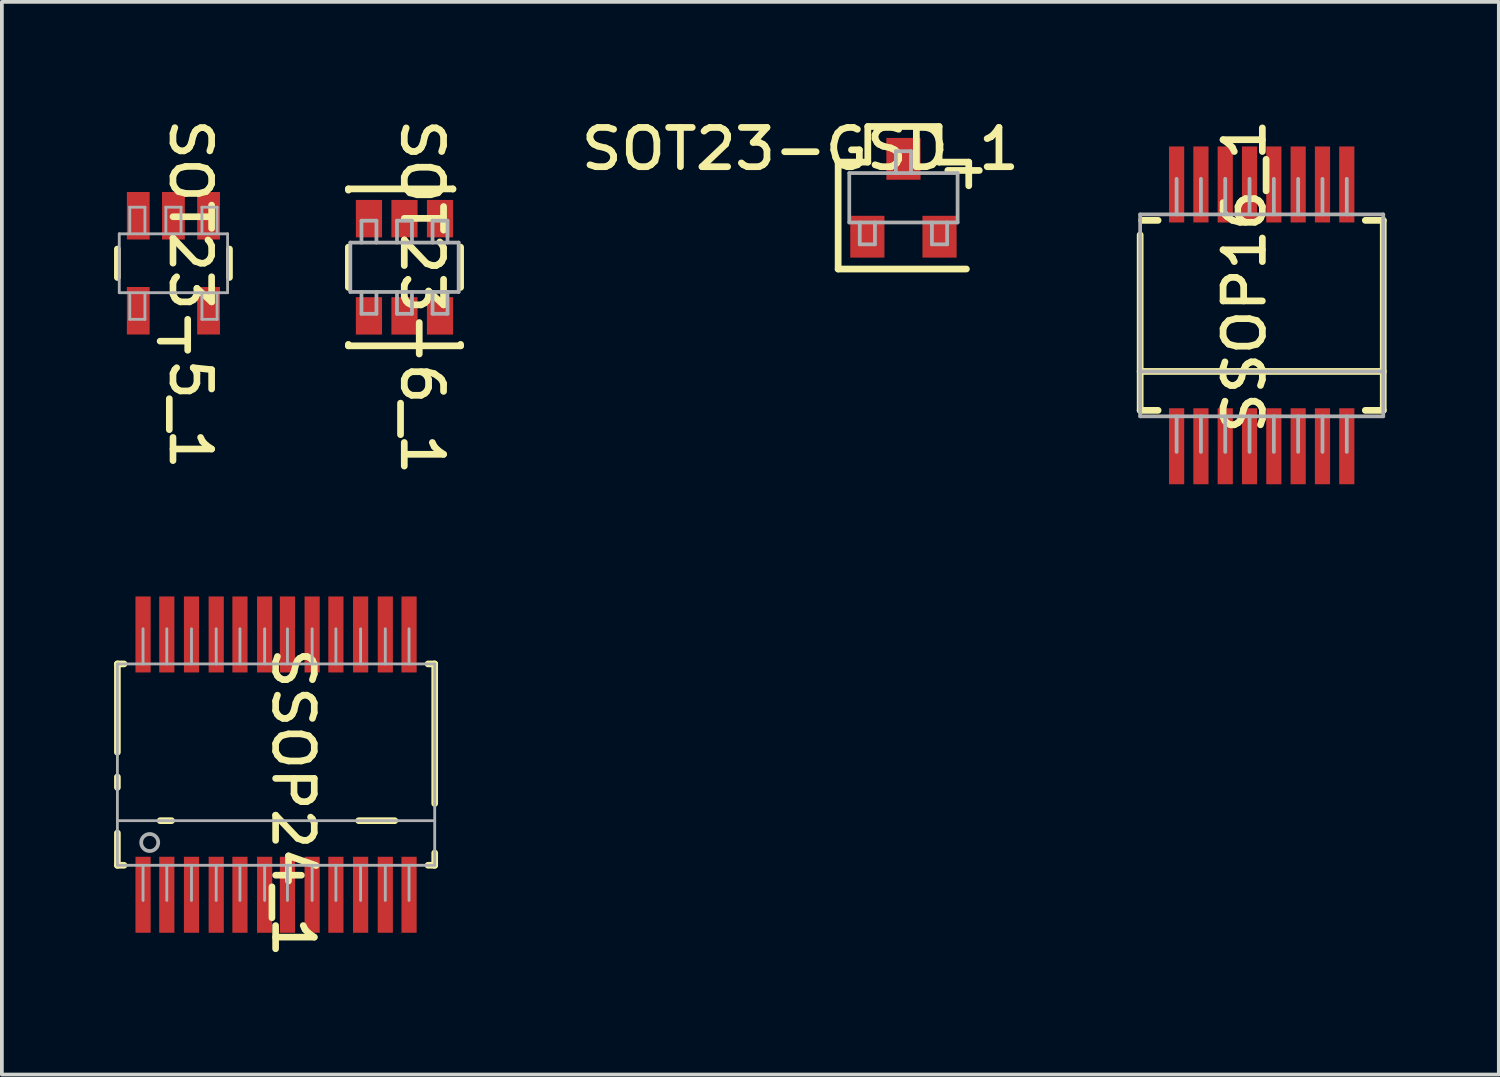
<source format=kicad_pcb>
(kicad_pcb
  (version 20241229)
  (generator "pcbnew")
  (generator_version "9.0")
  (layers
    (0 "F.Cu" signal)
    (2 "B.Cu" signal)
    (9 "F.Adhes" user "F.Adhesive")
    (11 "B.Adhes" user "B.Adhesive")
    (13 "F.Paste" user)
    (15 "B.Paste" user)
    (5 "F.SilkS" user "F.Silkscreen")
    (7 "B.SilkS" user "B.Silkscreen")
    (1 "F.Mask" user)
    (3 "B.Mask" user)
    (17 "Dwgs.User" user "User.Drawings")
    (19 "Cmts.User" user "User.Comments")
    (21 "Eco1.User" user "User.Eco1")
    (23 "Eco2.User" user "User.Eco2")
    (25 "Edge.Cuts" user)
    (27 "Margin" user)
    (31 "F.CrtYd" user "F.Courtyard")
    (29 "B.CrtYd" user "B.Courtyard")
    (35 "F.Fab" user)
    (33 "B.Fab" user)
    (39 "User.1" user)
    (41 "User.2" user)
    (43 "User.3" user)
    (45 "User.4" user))
  (footprint "SOT23-6_1"
    (layer "F.Cu")
    (at 7.765 4.096)
    (property "Reference" "SOT23-6_1" (at 0.471 0.795 270) (unlocked yes) (layer "F.SilkS") (effects (font (size 1.05 1.104) (thickness 0.18))))
    (attr smd)
    (fp_line (start -1.5 -2.096) (end 1.291 -2.096) (stroke (width 0.18) (type solid)) (layer "F.SilkS"))
    (fp_line (start -1.5 -2.062) (end -1.5 -2.096) (stroke (width 0.18) (type solid)) (layer "F.SilkS"))
    (fp_line (start -1.5 0.538) (end -1.5 -0.538) (stroke (width 0.18) (type solid)) (layer "F.SilkS"))
    (fp_line (start -1.5 2.1) (end -1.5 2.062) (stroke (width 0.18) (type solid)) (layer "F.SilkS"))
    (fp_line (start -1.5 2.1) (end 1.5 2.1) (stroke (width 0.18) (type solid)) (layer "F.SilkS"))
    (fp_line (start 1.291 -2.096) (end 1.298 -2.09) (stroke (width 0.18) (type solid)) (layer "F.SilkS"))
    (fp_line (start 1.5 0.538) (end 1.5 -0.538) (stroke (width 0.18) (type solid)) (layer "F.SilkS"))
    (fp_line (start 1.5 2.1) (end 1.5 2.062) (stroke (width 0.18) (type solid)) (layer "F.SilkS"))
    (fp_line (start -1.448 -0.66) (end 1.448 -0.66) (stroke (width 0.1) (type solid)) (layer "F.Fab"))
    (fp_line (start -1.448 0.66) (end -1.448 -0.66) (stroke (width 0.1) (type solid)) (layer "F.Fab"))
    (fp_line (start -1.448 0.66) (end 1.448 0.66) (stroke (width 0.1) (type solid)) (layer "F.Fab"))
    (fp_line (start -1.15 -1.245) (end -0.75 -1.245) (stroke (width 0.1) (type solid)) (layer "F.Fab"))
    (fp_line (start -1.15 -0.66) (end -1.15 -1.245) (stroke (width 0.1) (type solid)) (layer "F.Fab"))
    (fp_line (start -1.15 1.245) (end -1.15 0.66) (stroke (width 0.1) (type solid)) (layer "F.Fab"))
    (fp_line (start -1.15 1.245) (end -0.75 1.245) (stroke (width 0.1) (type solid)) (layer "F.Fab"))
    (fp_line (start -0.75 -0.66) (end -0.75 -1.245) (stroke (width 0.1) (type solid)) (layer "F.Fab"))
    (fp_line (start -0.75 1.245) (end -0.75 0.66) (stroke (width 0.1) (type solid)) (layer "F.Fab"))
    (fp_line (start -0.2 -1.245) (end 0.2 -1.245) (stroke (width 0.1) (type solid)) (layer "F.Fab"))
    (fp_line (start -0.2 -0.66) (end -0.2 -1.245) (stroke (width 0.1) (type solid)) (layer "F.Fab"))
    (fp_line (start -0.2 1.245) (end -0.2 0.66) (stroke (width 0.1) (type solid)) (layer "F.Fab"))
    (fp_line (start -0.2 1.245) (end 0.2 1.245) (stroke (width 0.1) (type solid)) (layer "F.Fab"))
    (fp_line (start 0.2 -0.66) (end 0.2 -1.245) (stroke (width 0.1) (type solid)) (layer "F.Fab"))
    (fp_line (start 0.2 1.245) (end 0.2 0.66) (stroke (width 0.1) (type solid)) (layer "F.Fab"))
    (fp_line (start 0.75 -1.245) (end 1.15 -1.245) (stroke (width 0.1) (type solid)) (layer "F.Fab"))
    (fp_line (start 0.75 -0.66) (end 0.75 -1.245) (stroke (width 0.1) (type solid)) (layer "F.Fab"))
    (fp_line (start 0.75 1.245) (end 0.75 0.66) (stroke (width 0.1) (type solid)) (layer "F.Fab"))
    (fp_line (start 0.75 1.245) (end 1.15 1.245) (stroke (width 0.1) (type solid)) (layer "F.Fab"))
    (fp_line (start 1.15 -0.66) (end 1.15 -1.245) (stroke (width 0.1) (type solid)) (layer "F.Fab"))
    (fp_line (start 1.15 1.245) (end 1.15 0.66) (stroke (width 0.1) (type solid)) (layer "F.Fab"))
    (fp_line (start 1.448 0.66) (end 1.448 -0.66) (stroke (width 0.1) (type solid)) (layer "F.Fab"))
    (fp_circle (center 0.953 -0.318) (end 1.202 -0.318) (stroke (width 0.00003) (type solid)) (fill no) (layer "F.Fab"))
    (pad "1" smd rect (at 0.95 -1.3) (size 0.7 1) (layers "F.Cu" "F.Mask" "F.Paste"))
    (pad "2" smd rect (at 0 -1.3) (size 0.7 1) (layers "F.Cu" "F.Mask" "F.Paste"))
    (pad "3" smd rect (at -0.95 -1.3) (size 0.7 1) (layers "F.Cu" "F.Mask" "F.Paste"))
    (pad "4" smd rect (at -0.95 1.3) (size 0.7 1) (layers "F.Cu" "F.Mask" "F.Paste"))
    (pad "5" smd rect (at 0 1.3) (size 0.7 1) (layers "F.Cu" "F.Mask" "F.Paste"))
    (pad "6" smd rect (at 0.95 1.3) (size 0.7 1) (layers "F.Cu" "F.Mask" "F.Paste")))
  (footprint "SSOP16_1"
    (layer "F.Cu")
    (at 30.685 5.382)
    (property "Reference" "SSOP16_1" (at -0.459 -1.043 90) (unlocked yes) (layer "F.SilkS") (effects (font (size 1.05 1.104) (thickness 0.18))))
    (attr smd)
    (fp_line (start -3.25 1.5) (end 3.25 1.5) (stroke (width 0.18) (type solid)) (layer "F.SilkS"))
    (fp_line (start -3.25 2.54) (end -3.25 -2.152) (stroke (width 0.18) (type solid)) (layer "F.SilkS"))
    (fp_line (start -3.25 2.54) (end -2.77 2.54) (stroke (width 0.18) (type solid)) (layer "F.SilkS"))
    (fp_line (start -3.212 -2.54) (end -2.77 -2.54) (stroke (width 0.18) (type solid)) (layer "F.SilkS"))
    (fp_line (start 2.77 -2.54) (end 3.25 -2.54) (stroke (width 0.18) (type solid)) (layer "F.SilkS"))
    (fp_line (start 2.77 2.54) (end 3.25 2.54) (stroke (width 0.18) (type solid)) (layer "F.SilkS"))
    (fp_line (start 3.25 2.54) (end 3.25 -2.54) (stroke (width 0.18) (type solid)) (layer "F.SilkS"))
    (fp_line (start -3.25 -2.699) (end 3.25 -2.699) (stroke (width 0.1) (type solid)) (layer "F.Fab"))
    (fp_line (start -3.25 1.5) (end 3.25 1.5) (stroke (width 0.1) (type solid)) (layer "F.Fab"))
    (fp_line (start -3.25 2.699) (end -3.25 -2.699) (stroke (width 0.1) (type solid)) (layer "F.Fab"))
    (fp_line (start -3.25 2.699) (end 3.25 2.699) (stroke (width 0.1) (type solid)) (layer "F.Fab"))
    (fp_line (start -2.275 -2.699) (end -2.275 -3.651) (stroke (width 0.1) (type solid)) (layer "F.Fab"))
    (fp_line (start -2.275 3.651) (end -2.275 2.699) (stroke (width 0.1) (type solid)) (layer "F.Fab"))
    (fp_line (start -1.625 -2.699) (end -1.625 -3.651) (stroke (width 0.1) (type solid)) (layer "F.Fab"))
    (fp_line (start -1.625 3.651) (end -1.625 2.699) (stroke (width 0.1) (type solid)) (layer "F.Fab"))
    (fp_line (start -0.975 -2.699) (end -0.975 -3.651) (stroke (width 0.1) (type solid)) (layer "F.Fab"))
    (fp_line (start -0.975 3.651) (end -0.975 2.699) (stroke (width 0.1) (type solid)) (layer "F.Fab"))
    (fp_line (start -0.325 -2.699) (end -0.325 -3.651) (stroke (width 0.1) (type solid)) (layer "F.Fab"))
    (fp_line (start -0.325 3.651) (end -0.325 2.699) (stroke (width 0.1) (type solid)) (layer "F.Fab"))
    (fp_line (start 0.325 -2.699) (end 0.325 -3.651) (stroke (width 0.1) (type solid)) (layer "F.Fab"))
    (fp_line (start 0.325 3.651) (end 0.325 2.699) (stroke (width 0.1) (type solid)) (layer "F.Fab"))
    (fp_line (start 0.975 -2.699) (end 0.975 -3.651) (stroke (width 0.1) (type solid)) (layer "F.Fab"))
    (fp_line (start 0.975 3.651) (end 0.975 2.699) (stroke (width 0.1) (type solid)) (layer "F.Fab"))
    (fp_line (start 1.625 -2.699) (end 1.625 -3.651) (stroke (width 0.1) (type solid)) (layer "F.Fab"))
    (fp_line (start 1.625 3.651) (end 1.625 2.699) (stroke (width 0.1) (type solid)) (layer "F.Fab"))
    (fp_line (start 2.275 -2.699) (end 2.275 -3.651) (stroke (width 0.1) (type solid)) (layer "F.Fab"))
    (fp_line (start 2.275 3.651) (end 2.275 2.699) (stroke (width 0.1) (type solid)) (layer "F.Fab"))
    (fp_line (start 3.25 2.699) (end 3.25 -2.699) (stroke (width 0.1) (type solid)) (layer "F.Fab"))
    (fp_circle (center -2.15 2.1) (end -1.9 2.1) (stroke (width 0.00003) (type solid)) (fill no) (layer "F.Fab"))
    (pad "1" smd rect (at -2.275 3.5) (size 0.406 2.032) (layers "F.Cu" "F.Mask" "F.Paste"))
    (pad "2" smd rect (at -1.625 3.5) (size 0.406 2.032) (layers "F.Cu" "F.Mask" "F.Paste"))
    (pad "3" smd rect (at -0.975 3.5) (size 0.406 2.032) (layers "F.Cu" "F.Mask" "F.Paste"))
    (pad "4" smd rect (at -0.325 3.5) (size 0.406 2.032) (layers "F.Cu" "F.Mask" "F.Paste"))
    (pad "5" smd rect (at 0.325 3.5) (size 0.406 2.032) (layers "F.Cu" "F.Mask" "F.Paste"))
    (pad "6" smd rect (at 0.975 3.5) (size 0.406 2.032) (layers "F.Cu" "F.Mask" "F.Paste"))
    (pad "7" smd rect (at 1.625 3.5) (size 0.406 2.032) (layers "F.Cu" "F.Mask" "F.Paste"))
    (pad "8" smd rect (at 2.275 3.5) (size 0.406 2.032) (layers "F.Cu" "F.Mask" "F.Paste"))
    (pad "9" smd rect (at 2.275 -3.5) (size 0.406 2.032) (layers "F.Cu" "F.Mask" "F.Paste"))
    (pad "10" smd rect (at 1.625 -3.5) (size 0.406 2.032) (layers "F.Cu" "F.Mask" "F.Paste"))
    (pad "11" smd rect (at 0.975 -3.5) (size 0.406 2.032) (layers "F.Cu" "F.Mask" "F.Paste"))
    (pad "12" smd rect (at 0.325 -3.5) (size 0.406 2.032) (layers "F.Cu" "F.Mask" "F.Paste"))
    (pad "13" smd rect (at -0.325 -3.5) (size 0.406 2.032) (layers "F.Cu" "F.Mask" "F.Paste"))
    (pad "14" smd rect (at -0.975 -3.5) (size 0.406 2.032) (layers "F.Cu" "F.Mask" "F.Paste"))
    (pad "15" smd rect (at -1.625 -3.5) (size 0.406 2.032) (layers "F.Cu" "F.Mask" "F.Paste"))
    (pad "16" smd rect (at -2.275 -3.5) (size 0.406 2.032) (layers "F.Cu" "F.Mask" "F.Paste")))
  (footprint "SSOP24_1"
    (layer "F.Cu")
    (at 4.331 17.394)
    (property "Reference" "SSOP24_1" (at 0.457 1.016 270) (unlocked yes) (layer "F.SilkS") (effects (font (size 1.033 1.087) (thickness 0.178))))
    (attr smd)
    (fp_line (start -4.242 -2.692) (end -4.064 -2.692) (stroke (width 0.178) (type solid)) (layer "F.SilkS"))
    (fp_line (start -4.242 -0.33) (end -4.242 -2.692) (stroke (width 0.178) (type solid)) (layer "F.SilkS"))
    (fp_line (start -4.242 0.61) (end -4.242 0.33) (stroke (width 0.178) (type solid)) (layer "F.SilkS"))
    (fp_line (start -4.242 2.692) (end -4.242 1.829) (stroke (width 0.178) (type solid)) (layer "F.SilkS"))
    (fp_line (start -4.242 2.692) (end -4.064 2.692) (stroke (width 0.178) (type solid)) (layer "F.SilkS"))
    (fp_line (start -3.099 1.499) (end -2.794 1.499) (stroke (width 0.178) (type solid)) (layer "F.SilkS"))
    (fp_line (start 2.21 1.499) (end 3.175 1.499) (stroke (width 0.178) (type solid)) (layer "F.SilkS"))
    (fp_line (start 4.064 -2.692) (end 4.242 -2.692) (stroke (width 0.178) (type solid)) (layer "F.SilkS"))
    (fp_line (start 4.064 2.692) (end 4.242 2.692) (stroke (width 0.178) (type solid)) (layer "F.SilkS"))
    (fp_line (start 4.242 1.041) (end 4.242 -2.692) (stroke (width 0.178) (type solid)) (layer "F.SilkS"))
    (fp_line (start 4.242 2.692) (end 4.242 2.362) (stroke (width 0.178) (type solid)) (layer "F.SilkS"))
    (fp_line (start -4.242 -2.692) (end 4.242 -2.692) (stroke (width 0.076) (type solid)) (layer "F.Fab"))
    (fp_line (start -4.242 1.499) (end 4.242 1.499) (stroke (width 0.076) (type solid)) (layer "F.Fab"))
    (fp_line (start -4.242 2.692) (end -4.242 -2.692) (stroke (width 0.076) (type solid)) (layer "F.Fab"))
    (fp_line (start -4.242 2.692) (end 4.242 2.692) (stroke (width 0.076) (type solid)) (layer "F.Fab"))
    (fp_line (start -3.556 -2.692) (end -3.556 -3.632) (stroke (width 0.076) (type solid)) (layer "F.Fab"))
    (fp_line (start -3.556 3.632) (end -3.556 2.692) (stroke (width 0.076) (type solid)) (layer "F.Fab"))
    (fp_line (start -2.921 -2.692) (end -2.921 -3.632) (stroke (width 0.076) (type solid)) (layer "F.Fab"))
    (fp_line (start -2.921 3.632) (end -2.921 2.692) (stroke (width 0.076) (type solid)) (layer "F.Fab"))
    (fp_line (start -2.261 -2.692) (end -2.261 -3.632) (stroke (width 0.076) (type solid)) (layer "F.Fab"))
    (fp_line (start -2.261 3.632) (end -2.261 2.692) (stroke (width 0.076) (type solid)) (layer "F.Fab"))
    (fp_line (start -1.6 -2.692) (end -1.6 -3.632) (stroke (width 0.076) (type solid)) (layer "F.Fab"))
    (fp_line (start -1.6 3.632) (end -1.6 2.692) (stroke (width 0.076) (type solid)) (layer "F.Fab"))
    (fp_line (start -0.965 -2.692) (end -0.965 -3.632) (stroke (width 0.076) (type solid)) (layer "F.Fab"))
    (fp_line (start -0.965 3.632) (end -0.965 2.692) (stroke (width 0.076) (type solid)) (layer "F.Fab"))
    (fp_line (start -0.305 -2.692) (end -0.305 -3.632) (stroke (width 0.076) (type solid)) (layer "F.Fab"))
    (fp_line (start -0.305 3.632) (end -0.305 2.692) (stroke (width 0.076) (type solid)) (layer "F.Fab"))
    (fp_line (start 0.305 -2.692) (end 0.305 -3.632) (stroke (width 0.076) (type solid)) (layer "F.Fab"))
    (fp_line (start 0.305 3.632) (end 0.305 2.692) (stroke (width 0.076) (type solid)) (layer "F.Fab"))
    (fp_line (start 0.965 -2.692) (end 0.965 -3.632) (stroke (width 0.076) (type solid)) (layer "F.Fab"))
    (fp_line (start 0.965 3.632) (end 0.965 2.692) (stroke (width 0.076) (type solid)) (layer "F.Fab"))
    (fp_line (start 1.6 -2.692) (end 1.6 -3.632) (stroke (width 0.076) (type solid)) (layer "F.Fab"))
    (fp_line (start 1.6 3.632) (end 1.6 2.692) (stroke (width 0.076) (type solid)) (layer "F.Fab"))
    (fp_line (start 2.261 -2.692) (end 2.261 -3.632) (stroke (width 0.076) (type solid)) (layer "F.Fab"))
    (fp_line (start 2.261 3.632) (end 2.261 2.692) (stroke (width 0.076) (type solid)) (layer "F.Fab"))
    (fp_line (start 2.921 -2.692) (end 2.921 -3.632) (stroke (width 0.076) (type solid)) (layer "F.Fab"))
    (fp_line (start 2.921 3.632) (end 2.921 2.692) (stroke (width 0.076) (type solid)) (layer "F.Fab"))
    (fp_line (start 3.556 -2.692) (end 3.556 -3.632) (stroke (width 0.076) (type solid)) (layer "F.Fab"))
    (fp_line (start 3.556 3.632) (end 3.556 2.692) (stroke (width 0.076) (type solid)) (layer "F.Fab"))
    (fp_line (start 4.242 2.692) (end 4.242 -2.692) (stroke (width 0.076) (type solid)) (layer "F.Fab"))
    (fp_circle (center -3.378 2.083) (end -3.15 2.083) (stroke (width 0.1) (type solid)) (fill no) (layer "F.Fab"))
    (pad "1" smd rect (at -3.556 3.48) (size 0.406 2.032) (layers "F.Cu" "F.Mask" "F.Paste"))
    (pad "2" smd rect (at -2.921 3.48) (size 0.406 2.032) (layers "F.Cu" "F.Mask" "F.Paste"))
    (pad "3" smd rect (at -2.261 3.48) (size 0.406 2.032) (layers "F.Cu" "F.Mask" "F.Paste"))
    (pad "4" smd rect (at -1.6 3.48) (size 0.406 2.032) (layers "F.Cu" "F.Mask" "F.Paste"))
    (pad "5" smd rect (at -0.965 3.48) (size 0.406 2.032) (layers "F.Cu" "F.Mask" "F.Paste"))
    (pad "6" smd rect (at -0.305 3.48) (size 0.406 2.032) (layers "F.Cu" "F.Mask" "F.Paste"))
    (pad "7" smd rect (at 0.305 3.48) (size 0.406 2.032) (layers "F.Cu" "F.Mask" "F.Paste"))
    (pad "8" smd rect (at 0.965 3.48) (size 0.406 2.032) (layers "F.Cu" "F.Mask" "F.Paste"))
    (pad "9" smd rect (at 1.6 3.48) (size 0.406 2.032) (layers "F.Cu" "F.Mask" "F.Paste"))
    (pad "10" smd rect (at 2.261 3.48) (size 0.406 2.032) (layers "F.Cu" "F.Mask" "F.Paste"))
    (pad "11" smd rect (at 2.921 3.48) (size 0.406 2.032) (layers "F.Cu" "F.Mask" "F.Paste"))
    (pad "12" smd rect (at 3.556 3.48) (size 0.406 2.032) (layers "F.Cu" "F.Mask" "F.Paste"))
    (pad "13" smd rect (at 3.556 -3.48) (size 0.406 2.032) (layers "F.Cu" "F.Mask" "F.Paste"))
    (pad "14" smd rect (at 2.921 -3.48) (size 0.406 2.032) (layers "F.Cu" "F.Mask" "F.Paste"))
    (pad "15" smd rect (at 2.261 -3.48) (size 0.406 2.032) (layers "F.Cu" "F.Mask" "F.Paste"))
    (pad "16" smd rect (at 1.6 -3.48) (size 0.406 2.032) (layers "F.Cu" "F.Mask" "F.Paste"))
    (pad "17" smd rect (at 0.965 -3.48) (size 0.406 2.032) (layers "F.Cu" "F.Mask" "F.Paste"))
    (pad "18" smd rect (at 0.305 -3.48) (size 0.406 2.032) (layers "F.Cu" "F.Mask" "F.Paste"))
    (pad "19" smd rect (at -0.305 -3.48) (size 0.406 2.032) (layers "F.Cu" "F.Mask" "F.Paste"))
    (pad "20" smd rect (at -0.965 -3.48) (size 0.406 2.032) (layers "F.Cu" "F.Mask" "F.Paste"))
    (pad "21" smd rect (at -1.6 -3.48) (size 0.406 2.032) (layers "F.Cu" "F.Mask" "F.Paste"))
    (pad "22" smd rect (at -2.261 -3.48) (size 0.406 2.032) (layers "F.Cu" "F.Mask" "F.Paste"))
    (pad "23" smd rect (at -2.921 -3.48) (size 0.406 2.032) (layers "F.Cu" "F.Mask" "F.Paste"))
    (pad "24" smd rect (at -3.556 -3.48) (size 0.406 2.032) (layers "F.Cu" "F.Mask" "F.Paste")))
  (footprint "SOT23-GSD_1"
    (layer "F.Cu")
    (at 21.106 2.238)
    (property "Reference" "SOT23-GSD_1" (at -2.756 -1.308 0) (unlocked yes) (layer "F.SilkS") (effects (font (size 1.05 1.104) (thickness 0.18))))
    (attr smd)
    (fp_line (start -1.746 -0.953) (end -0.953 -0.953) (stroke (width 0.18) (type solid)) (layer "F.SilkS"))
    (fp_line (start -1.746 1.905) (end -1.746 -0.953) (stroke (width 0.18) (type solid)) (layer "F.SilkS"))
    (fp_line (start -1.746 1.905) (end 1.683 1.905) (stroke (width 0.18) (type solid)) (layer "F.SilkS"))
    (fp_line (start -0.953 -1.905) (end 0.953 -1.905) (stroke (width 0.18) (type solid)) (layer "F.SilkS"))
    (fp_line (start -0.953 -0.953) (end -0.953 -1.905) (stroke (width 0.18) (type solid)) (layer "F.SilkS"))
    (fp_line (start 0.953 -0.953) (end 0.953 -1.905) (stroke (width 0.18) (type solid)) (layer "F.SilkS"))
    (fp_line (start 0.953 -0.953) (end 1.746 -0.953) (stroke (width 0.18) (type solid)) (layer "F.SilkS"))
    (fp_line (start 1.746 -0.321) (end 1.746 -0.953) (stroke (width 0.18) (type solid)) (layer "F.SilkS"))
    (fp_line (start -1.448 -0.66) (end 1.448 -0.66) (stroke (width 0.1) (type solid)) (layer "F.Fab"))
    (fp_line (start -1.448 0.66) (end -1.448 -0.66) (stroke (width 0.1) (type solid)) (layer "F.Fab"))
    (fp_line (start -1.448 0.66) (end 1.448 0.66) (stroke (width 0.1) (type solid)) (layer "F.Fab"))
    (fp_line (start -1.168 1.245) (end -1.168 0.66) (stroke (width 0.1) (type solid)) (layer "F.Fab"))
    (fp_line (start -1.168 1.245) (end -0.762 1.245) (stroke (width 0.1) (type solid)) (layer "F.Fab"))
    (fp_line (start -0.762 1.245) (end -0.762 0.66) (stroke (width 0.1) (type solid)) (layer "F.Fab"))
    (fp_line (start -0.203 -1.245) (end 0.203 -1.245) (stroke (width 0.1) (type solid)) (layer "F.Fab"))
    (fp_line (start -0.203 -0.66) (end -0.203 -1.245) (stroke (width 0.1) (type solid)) (layer "F.Fab"))
    (fp_line (start 0.203 -0.66) (end 0.203 -1.245) (stroke (width 0.1) (type solid)) (layer "F.Fab"))
    (fp_line (start 0.762 1.245) (end 0.762 0.66) (stroke (width 0.1) (type solid)) (layer "F.Fab"))
    (fp_line (start 0.762 1.245) (end 1.168 1.245) (stroke (width 0.1) (type solid)) (layer "F.Fab"))
    (fp_line (start 1.168 1.245) (end 1.168 0.66) (stroke (width 0.1) (type solid)) (layer "F.Fab"))
    (fp_line (start 1.448 0.66) (end 1.448 -0.66) (stroke (width 0.1) (type solid)) (layer "F.Fab"))
    (pad "D" smd rect (at 0 -1.041) (size 0.914 1.118) (layers "F.Cu" "F.Mask" "F.Paste"))
    (pad "G" smd rect (at -0.965 1.041) (size 0.914 1.118) (layers "F.Cu" "F.Mask" "F.Paste"))
    (pad "S" smd rect (at 0.965 1.041) (size 0.914 1.118) (layers "F.Cu" "F.Mask" "F.Paste")))
  (footprint "SOT23-5_1"
    (layer "F.Cu")
    (at 1.587 3.989)
    (property "Reference" "SOT23-5_1" (at 0.457 0.826 270) (unlocked yes) (layer "F.SilkS") (effects (font (size 1.033 1.087) (thickness 0.178))))
    (attr smd)
    (fp_line (start -1.499 0.381) (end -1.499 -0.381) (stroke (width 0.178) (type solid)) (layer "F.SilkS"))
    (fp_line (start -0.356 2.083) (end 0.356 2.083) (stroke (width 0.178) (type solid)) (layer "F.SilkS"))
    (fp_line (start 1.499 0.381) (end 1.499 -0.381) (stroke (width 0.178) (type solid)) (layer "F.SilkS"))
    (fp_line (start -1.448 -0.787) (end 1.448 -0.787) (stroke (width 0.076) (type solid)) (layer "F.Fab"))
    (fp_line (start -1.448 0.787) (end -1.448 -0.787) (stroke (width 0.076) (type solid)) (layer "F.Fab"))
    (fp_line (start -1.448 0.787) (end 1.448 0.787) (stroke (width 0.076) (type solid)) (layer "F.Fab"))
    (fp_line (start -1.168 -1.499) (end -0.762 -1.499) (stroke (width 0.076) (type solid)) (layer "F.Fab"))
    (fp_line (start -1.168 -0.838) (end -1.168 -1.499) (stroke (width 0.076) (type solid)) (layer "F.Fab"))
    (fp_line (start -1.168 1.499) (end -1.168 0.838) (stroke (width 0.076) (type solid)) (layer "F.Fab"))
    (fp_line (start -1.168 1.499) (end -0.762 1.499) (stroke (width 0.076) (type solid)) (layer "F.Fab"))
    (fp_line (start -0.762 -0.838) (end -0.762 -1.499) (stroke (width 0.076) (type solid)) (layer "F.Fab"))
    (fp_line (start -0.762 1.499) (end -0.762 0.838) (stroke (width 0.076) (type solid)) (layer "F.Fab"))
    (fp_line (start -0.203 -1.499) (end 0.203 -1.499) (stroke (width 0.076) (type solid)) (layer "F.Fab"))
    (fp_line (start -0.203 -0.838) (end -0.203 -1.499) (stroke (width 0.076) (type solid)) (layer "F.Fab"))
    (fp_line (start 0.203 -0.838) (end 0.203 -1.499) (stroke (width 0.076) (type solid)) (layer "F.Fab"))
    (fp_line (start 0.762 -1.499) (end 1.168 -1.499) (stroke (width 0.076) (type solid)) (layer "F.Fab"))
    (fp_line (start 0.762 -0.838) (end 0.762 -1.499) (stroke (width 0.076) (type solid)) (layer "F.Fab"))
    (fp_line (start 0.762 1.499) (end 0.762 0.838) (stroke (width 0.076) (type solid)) (layer "F.Fab"))
    (fp_line (start 0.762 1.499) (end 1.168 1.499) (stroke (width 0.076) (type solid)) (layer "F.Fab"))
    (fp_line (start 1.168 -0.838) (end 1.168 -1.499) (stroke (width 0.076) (type solid)) (layer "F.Fab"))
    (fp_line (start 1.168 1.499) (end 1.168 0.838) (stroke (width 0.076) (type solid)) (layer "F.Fab"))
    (fp_line (start 1.448 0.787) (end 1.448 -0.787) (stroke (width 0.076) (type solid)) (layer "F.Fab"))
    (pad "1" smd rect (at 0.94 -1.27) (size 0.61 1.27) (layers "F.Cu" "F.Mask" "F.Paste"))
    (pad "2" smd rect (at 0 -1.27) (size 0.61 1.27) (layers "F.Cu" "F.Mask" "F.Paste"))
    (pad "3" smd rect (at -0.94 -1.27) (size 0.61 1.27) (layers "F.Cu" "F.Mask" "F.Paste"))
    (pad "4" smd rect (at -0.94 1.27) (size 0.61 1.27) (layers "F.Cu" "F.Mask" "F.Paste"))
    (pad "5" smd rect (at 0.94 1.27) (size 0.61 1.27) (layers "F.Cu" "F.Mask" "F.Paste")))
  (gr_rect
    (start -3 -3)
    (end 37.025 25.681)
    (stroke (width 0.1) (type default))
    (fill no)
    (layer "Edge.Cuts")))
</source>
